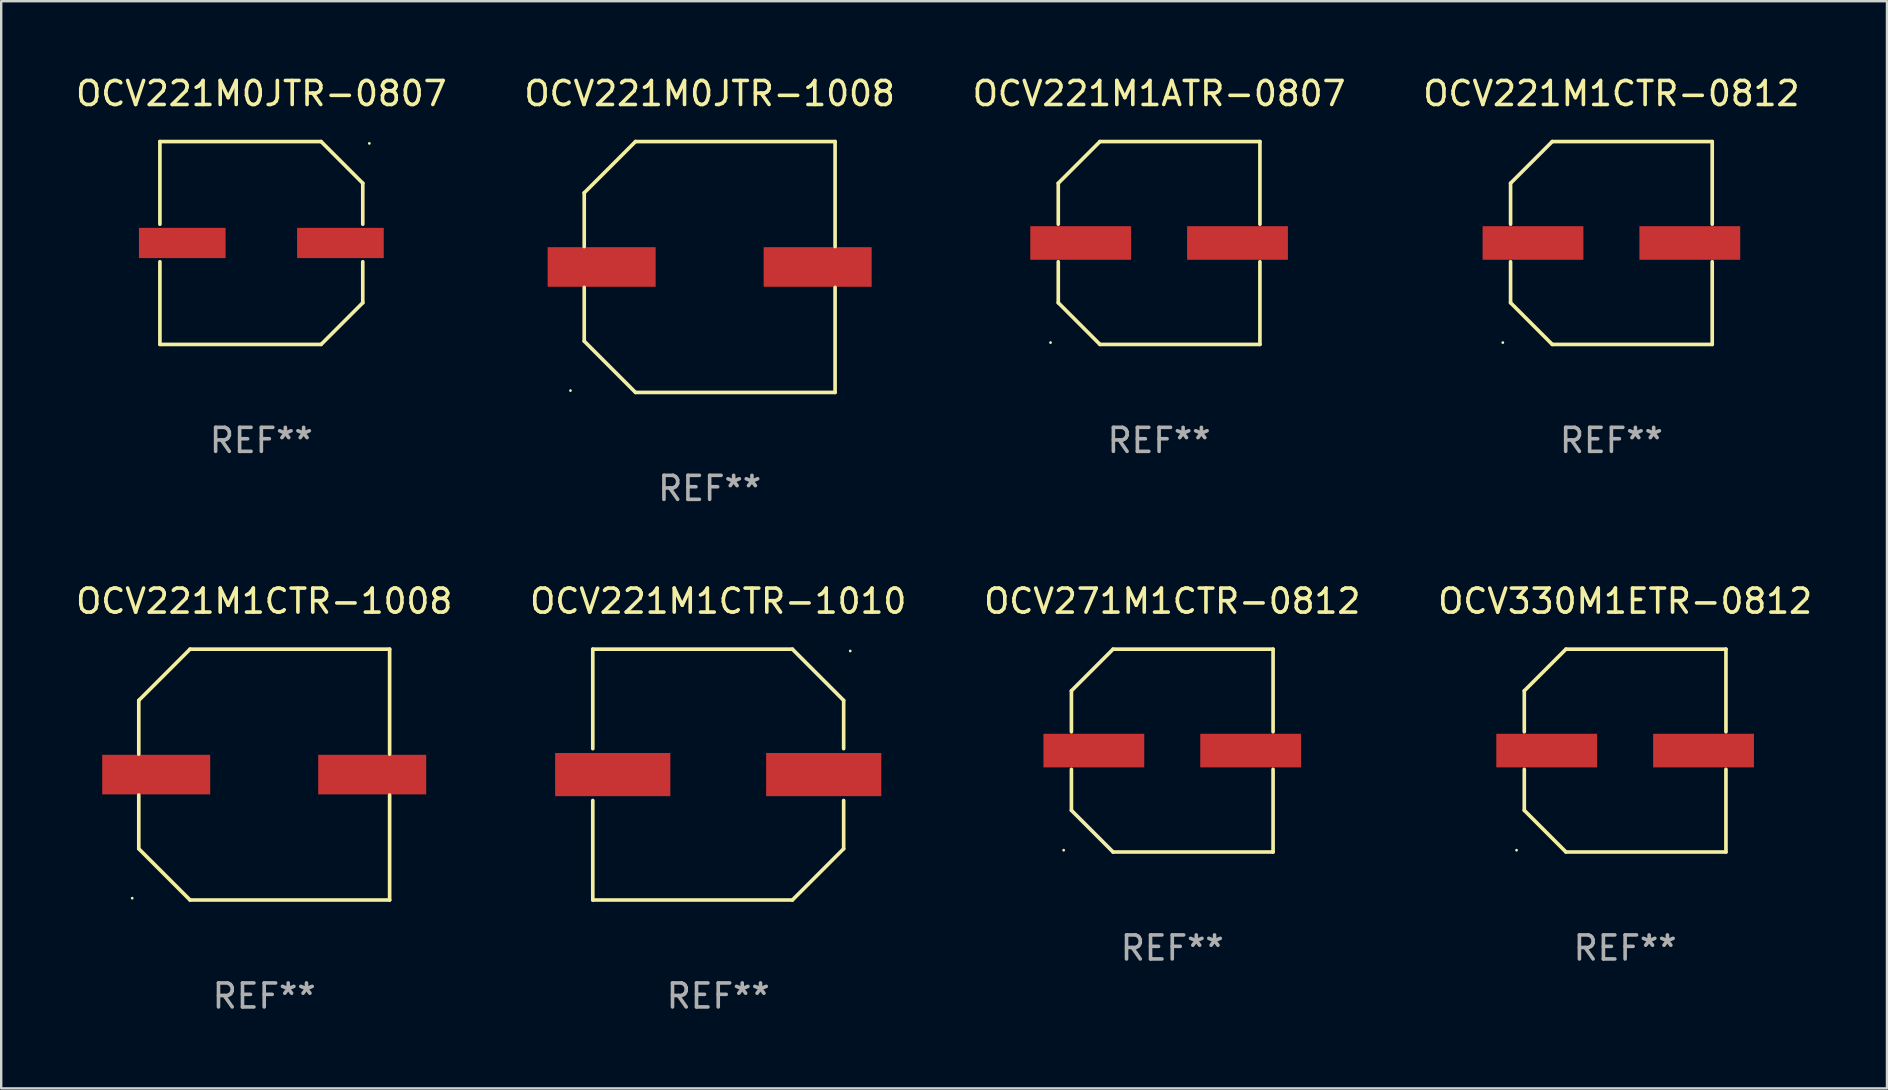
<source format=kicad_pcb>
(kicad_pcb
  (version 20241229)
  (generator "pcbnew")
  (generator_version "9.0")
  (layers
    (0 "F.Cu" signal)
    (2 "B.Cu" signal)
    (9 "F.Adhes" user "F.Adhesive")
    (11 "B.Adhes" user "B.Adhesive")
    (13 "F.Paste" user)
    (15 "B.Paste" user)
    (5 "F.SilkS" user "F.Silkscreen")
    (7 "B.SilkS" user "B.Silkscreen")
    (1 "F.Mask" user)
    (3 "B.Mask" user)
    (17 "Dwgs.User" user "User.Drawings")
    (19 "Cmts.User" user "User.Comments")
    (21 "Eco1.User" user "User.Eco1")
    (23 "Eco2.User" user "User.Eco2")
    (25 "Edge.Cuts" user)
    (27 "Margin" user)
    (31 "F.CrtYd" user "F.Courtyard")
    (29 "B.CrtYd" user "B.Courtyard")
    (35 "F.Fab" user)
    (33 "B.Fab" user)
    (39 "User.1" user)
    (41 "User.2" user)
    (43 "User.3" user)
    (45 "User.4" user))
  (footprint "OCV330M1ETR-0812"
    (layer "F.Cu")
    (at 64.661 28.223)
    (property "Reference" "OCV330M1ETR-0812" (at 0 -6.226 0) (layer "F.SilkS") (effects (font (size 1 1) (thickness 0.15))))
    (attr through_hole)
    (fp_line (start -4.201 -2.49) (end -4.201 -0.782) (stroke (width 0.152) (type solid)) (layer "F.SilkS"))
    (fp_line (start -4.201 2.49) (end -4.201 0.782) (stroke (width 0.152) (type solid)) (layer "F.SilkS"))
    (fp_line (start -2.465 -4.226) (end -4.201 -2.49) (stroke (width 0.152) (type solid)) (layer "F.SilkS"))
    (fp_line (start -2.465 4.226) (end -4.201 2.49) (stroke (width 0.152) (type solid)) (layer "F.SilkS"))
    (fp_line (start 4.201 -4.226) (end -2.465 -4.226) (stroke (width 0.152) (type solid)) (layer "F.SilkS"))
    (fp_line (start 4.201 -0.782) (end 4.201 -4.226) (stroke (width 0.152) (type solid)) (layer "F.SilkS"))
    (fp_line (start 4.201 0.782) (end 4.201 4.226) (stroke (width 0.152) (type solid)) (layer "F.SilkS"))
    (fp_line (start 4.201 4.226) (end -2.465 4.226) (stroke (width 0.152) (type solid)) (layer "F.SilkS"))
    (fp_circle (center -4.524 4.15) (end -4.494 4.15) (stroke (width 0.06) (type solid)) (fill no) (layer "F.SilkS"))
    (fp_text user "REF**" (at 0 8.226 0) (layer "F.Fab") (effects (font (size 1 1) (thickness 0.15))))
    (pad "1" smd rect (at -3.267 0) (size 4.2 1.4) (layers "F.Cu" "F.Mask" "F.Paste"))
    (pad "2" smd rect (at 3.267 0) (size 4.2 1.4) (layers "F.Cu" "F.Mask" "F.Paste")))
  (footprint "OCV221M1CTR-0812"
    (layer "F.Cu")
    (at 64.089 7.074)
    (property "Reference" "OCV221M1CTR-0812" (at 0 -6.226 0) (layer "F.SilkS") (effects (font (size 1 1) (thickness 0.15))))
    (attr through_hole)
    (fp_line (start -4.201 -2.49) (end -4.201 -0.782) (stroke (width 0.152) (type solid)) (layer "F.SilkS"))
    (fp_line (start -4.201 2.49) (end -4.201 0.782) (stroke (width 0.152) (type solid)) (layer "F.SilkS"))
    (fp_line (start -2.465 -4.226) (end -4.201 -2.49) (stroke (width 0.152) (type solid)) (layer "F.SilkS"))
    (fp_line (start -2.465 4.226) (end -4.201 2.49) (stroke (width 0.152) (type solid)) (layer "F.SilkS"))
    (fp_line (start 4.201 -4.226) (end -2.465 -4.226) (stroke (width 0.152) (type solid)) (layer "F.SilkS"))
    (fp_line (start 4.201 -0.782) (end 4.201 -4.226) (stroke (width 0.152) (type solid)) (layer "F.SilkS"))
    (fp_line (start 4.201 0.782) (end 4.201 4.226) (stroke (width 0.152) (type solid)) (layer "F.SilkS"))
    (fp_line (start 4.201 4.226) (end -2.465 4.226) (stroke (width 0.152) (type solid)) (layer "F.SilkS"))
    (fp_circle (center -4.524 4.15) (end -4.494 4.15) (stroke (width 0.06) (type solid)) (fill no) (layer "F.SilkS"))
    (fp_text user "REF**" (at 0 8.226 0) (layer "F.Fab") (effects (font (size 1 1) (thickness 0.15))))
    (pad "1" smd rect (at -3.267 0) (size 4.2 1.4) (layers "F.Cu" "F.Mask" "F.Paste"))
    (pad "2" smd rect (at 3.267 0) (size 4.2 1.4) (layers "F.Cu" "F.Mask" "F.Paste")))
  (footprint "OCV221M1ATR-0807"
    (layer "F.Cu")
    (at 45.244 7.074)
    (property "Reference" "OCV221M1ATR-0807" (at 0 -6.226 0) (layer "F.SilkS") (effects (font (size 1 1) (thickness 0.15))))
    (attr through_hole)
    (fp_line (start -4.201 -2.49) (end -4.201 -0.782) (stroke (width 0.152) (type solid)) (layer "F.SilkS"))
    (fp_line (start -4.201 2.49) (end -4.201 0.782) (stroke (width 0.152) (type solid)) (layer "F.SilkS"))
    (fp_line (start -2.465 -4.226) (end -4.201 -2.49) (stroke (width 0.152) (type solid)) (layer "F.SilkS"))
    (fp_line (start -2.465 4.226) (end -4.201 2.49) (stroke (width 0.152) (type solid)) (layer "F.SilkS"))
    (fp_line (start 4.201 -4.226) (end -2.465 -4.226) (stroke (width 0.152) (type solid)) (layer "F.SilkS"))
    (fp_line (start 4.201 -0.782) (end 4.201 -4.226) (stroke (width 0.152) (type solid)) (layer "F.SilkS"))
    (fp_line (start 4.201 0.782) (end 4.201 4.226) (stroke (width 0.152) (type solid)) (layer "F.SilkS"))
    (fp_line (start 4.201 4.226) (end -2.465 4.226) (stroke (width 0.152) (type solid)) (layer "F.SilkS"))
    (fp_circle (center -4.524 4.15) (end -4.494 4.15) (stroke (width 0.06) (type solid)) (fill no) (layer "F.SilkS"))
    (fp_text user "REF**" (at 0 8.226 0) (layer "F.Fab") (effects (font (size 1 1) (thickness 0.15))))
    (pad "1" smd rect (at -3.267 0) (size 4.2 1.4) (layers "F.Cu" "F.Mask" "F.Paste"))
    (pad "2" smd rect (at 3.267 0) (size 4.2 1.4) (layers "F.Cu" "F.Mask" "F.Paste")))
  (footprint "OCV221M0JTR-1008"
    (layer "F.Cu")
    (at 26.518 8.074)
    (property "Reference" "OCV221M0JTR-1008" (at 0 -7.226 0) (layer "F.SilkS") (effects (font (size 1 1) (thickness 0.15))))
    (attr through_hole)
    (fp_line (start -5.226 -3.09) (end -5.226 -0.852) (stroke (width 0.152) (type solid)) (layer "F.SilkS"))
    (fp_line (start -5.226 3.09) (end -5.226 0.852) (stroke (width 0.152) (type solid)) (layer "F.SilkS"))
    (fp_line (start -3.09 -5.226) (end -5.226 -3.09) (stroke (width 0.152) (type solid)) (layer "F.SilkS"))
    (fp_line (start -3.09 5.226) (end -5.226 3.09) (stroke (width 0.152) (type solid)) (layer "F.SilkS"))
    (fp_line (start 5.226 -5.226) (end -3.09 -5.226) (stroke (width 0.152) (type solid)) (layer "F.SilkS"))
    (fp_line (start 5.226 -0.852) (end 5.226 -5.226) (stroke (width 0.152) (type solid)) (layer "F.SilkS"))
    (fp_line (start 5.226 0.852) (end 5.226 5.226) (stroke (width 0.152) (type solid)) (layer "F.SilkS"))
    (fp_line (start 5.226 5.226) (end -3.09 5.226) (stroke (width 0.152) (type solid)) (layer "F.SilkS"))
    (fp_circle (center -5.8 5.15) (end -5.77 5.15) (stroke (width 0.06) (type solid)) (fill no) (layer "F.SilkS"))
    (fp_text user "REF**" (at 0 9.226 0) (layer "F.Fab") (effects (font (size 1 1) (thickness 0.15))))
    (pad "1" smd rect (at -4.5 0) (size 4.5 1.65) (layers "F.Cu" "F.Mask" "F.Paste"))
    (pad "2" smd rect (at 4.5 0) (size 4.5 1.65) (layers "F.Cu" "F.Mask" "F.Paste")))
  (footprint "OCV221M1CTR-1008"
    (layer "F.Cu")
    (at 7.958 29.223)
    (property "Reference" "OCV221M1CTR-1008" (at 0 -7.226 0) (layer "F.SilkS") (effects (font (size 1 1) (thickness 0.15))))
    (attr through_hole)
    (fp_line (start -5.226 -3.09) (end -5.226 -0.852) (stroke (width 0.152) (type solid)) (layer "F.SilkS"))
    (fp_line (start -5.226 3.09) (end -5.226 0.852) (stroke (width 0.152) (type solid)) (layer "F.SilkS"))
    (fp_line (start -3.09 -5.226) (end -5.226 -3.09) (stroke (width 0.152) (type solid)) (layer "F.SilkS"))
    (fp_line (start -3.09 5.226) (end -5.226 3.09) (stroke (width 0.152) (type solid)) (layer "F.SilkS"))
    (fp_line (start 5.226 -5.226) (end -3.09 -5.226) (stroke (width 0.152) (type solid)) (layer "F.SilkS"))
    (fp_line (start 5.226 -0.852) (end 5.226 -5.226) (stroke (width 0.152) (type solid)) (layer "F.SilkS"))
    (fp_line (start 5.226 0.852) (end 5.226 5.226) (stroke (width 0.152) (type solid)) (layer "F.SilkS"))
    (fp_line (start 5.226 5.226) (end -3.09 5.226) (stroke (width 0.152) (type solid)) (layer "F.SilkS"))
    (fp_circle (center -5.5 5.15) (end -5.47 5.15) (stroke (width 0.06) (type solid)) (fill no) (layer "F.SilkS"))
    (fp_text user "REF**" (at 0 9.226 0) (layer "F.Fab") (effects (font (size 1 1) (thickness 0.15))))
    (pad "1" smd rect (at -4.5 -0.000025) (size 4.5 1.65) (layers "F.Cu" "F.Mask" "F.Paste"))
    (pad "2" smd rect (at 4.5 -0.000025) (size 4.5 1.65) (layers "F.Cu" "F.Mask" "F.Paste")))
  (footprint "OCV221M0JTR-0807"
    (layer "F.Cu")
    (at 7.839 7.074)
    (property "Reference" "OCV221M0JTR-0807" (at 0 -6.226 0) (layer "F.SilkS") (effects (font (size 1 1) (thickness 0.15))))
    (attr through_hole)
    (fp_line (start -4.226 -4.226) (end 2.49 -4.226) (stroke (width 0.152) (type solid)) (layer "F.SilkS"))
    (fp_line (start -4.226 -0.782) (end -4.226 -4.226) (stroke (width 0.152) (type solid)) (layer "F.SilkS"))
    (fp_line (start -4.226 0.782) (end -4.226 4.226) (stroke (width 0.152) (type solid)) (layer "F.SilkS"))
    (fp_line (start -4.226 4.226) (end 2.49 4.226) (stroke (width 0.152) (type solid)) (layer "F.SilkS"))
    (fp_line (start 2.49 -4.226) (end 4.226 -2.49) (stroke (width 0.152) (type solid)) (layer "F.SilkS"))
    (fp_line (start 2.49 4.226) (end 4.226 2.49) (stroke (width 0.152) (type solid)) (layer "F.SilkS"))
    (fp_line (start 4.226 -2.49) (end 4.226 -0.782) (stroke (width 0.152) (type solid)) (layer "F.SilkS"))
    (fp_line (start 4.226 2.49) (end 4.226 0.782) (stroke (width 0.152) (type solid)) (layer "F.SilkS"))
    (fp_circle (center 4.5 -4.15) (end 4.53 -4.15) (stroke (width 0.06) (type solid)) (fill no) (layer "F.SilkS"))
    (fp_text user "REF**" (at 0 8.226 0) (layer "F.Fab") (effects (font (size 1 1) (thickness 0.15))))
    (pad "1" smd rect (at 3.295 0 180) (size 3.61 1.26) (layers "F.Cu" "F.Mask" "F.Paste"))
    (pad "2" smd rect (at -3.295 0 180) (size 3.61 1.26) (layers "F.Cu" "F.Mask" "F.Paste")))
  (footprint "OCV221M1CTR-1010"
    (layer "F.Cu")
    (at 26.875 29.223)
    (property "Reference" "OCV221M1CTR-1010" (at 0 -7.226 0) (layer "F.SilkS") (effects (font (size 1 1) (thickness 0.15))))
    (attr through_hole)
    (fp_line (start -5.226 -5.226) (end -5.226 -1.08) (stroke (width 0.152) (type solid)) (layer "F.SilkS"))
    (fp_line (start -5.226 -5.226) (end 3.09 -5.226) (stroke (width 0.152) (type solid)) (layer "F.SilkS"))
    (fp_line (start -5.226 1.08) (end -5.226 5.226) (stroke (width 0.152) (type solid)) (layer "F.SilkS"))
    (fp_line (start -5.226 5.226) (end 3.09 5.226) (stroke (width 0.152) (type solid)) (layer "F.SilkS"))
    (fp_line (start 3.09 -5.226) (end 5.226 -3.09) (stroke (width 0.152) (type solid)) (layer "F.SilkS"))
    (fp_line (start 3.09 5.226) (end 5.226 3.09) (stroke (width 0.152) (type solid)) (layer "F.SilkS"))
    (fp_line (start 5.226 -1.08) (end 5.226 -3.09) (stroke (width 0.152) (type solid)) (layer "F.SilkS"))
    (fp_line (start 5.226 3.09) (end 5.226 1.08) (stroke (width 0.152) (type solid)) (layer "F.SilkS"))
    (fp_circle (center 5.5 -5.15) (end 5.53 -5.15) (stroke (width 0.06) (type solid)) (fill no) (layer "F.SilkS"))
    (fp_text user "REF**" (at 0 9.226 0) (layer "F.Fab") (effects (font (size 1 1) (thickness 0.15))))
    (pad "1" smd rect (at 4.395 0 180) (size 4.8 1.8) (layers "F.Cu" "F.Mask" "F.Paste"))
    (pad "2" smd rect (at -4.395 0 180) (size 4.8 1.8) (layers "F.Cu" "F.Mask" "F.Paste")))
  (footprint "OCV271M1CTR-0812"
    (layer "F.Cu")
    (at 45.792 28.223)
    (property "Reference" "OCV271M1CTR-0812" (at 0 -6.226 0) (layer "F.SilkS") (effects (font (size 1 1) (thickness 0.15))))
    (attr through_hole)
    (fp_line (start -4.201 -2.49) (end -4.201 -0.782) (stroke (width 0.152) (type solid)) (layer "F.SilkS"))
    (fp_line (start -4.201 2.49) (end -4.201 0.782) (stroke (width 0.152) (type solid)) (layer "F.SilkS"))
    (fp_line (start -2.465 -4.226) (end -4.201 -2.49) (stroke (width 0.152) (type solid)) (layer "F.SilkS"))
    (fp_line (start -2.465 4.226) (end -4.201 2.49) (stroke (width 0.152) (type solid)) (layer "F.SilkS"))
    (fp_line (start 4.201 -4.226) (end -2.465 -4.226) (stroke (width 0.152) (type solid)) (layer "F.SilkS"))
    (fp_line (start 4.201 -0.782) (end 4.201 -4.226) (stroke (width 0.152) (type solid)) (layer "F.SilkS"))
    (fp_line (start 4.201 0.782) (end 4.201 4.226) (stroke (width 0.152) (type solid)) (layer "F.SilkS"))
    (fp_line (start 4.201 4.226) (end -2.465 4.226) (stroke (width 0.152) (type solid)) (layer "F.SilkS"))
    (fp_circle (center -4.524 4.15) (end -4.494 4.15) (stroke (width 0.06) (type solid)) (fill no) (layer "F.SilkS"))
    (fp_text user "REF**" (at 0 8.226 0) (layer "F.Fab") (effects (font (size 1 1) (thickness 0.15))))
    (pad "1" smd rect (at -3.267 0) (size 4.2 1.4) (layers "F.Cu" "F.Mask" "F.Paste"))
    (pad "2" smd rect (at 3.267 0) (size 4.2 1.4) (layers "F.Cu" "F.Mask" "F.Paste")))
  (gr_rect
    (start -3 -3)
    (end 75.571 42.298)
    (stroke (width 0.1) (type default))
    (fill no)
    (layer "Edge.Cuts")))
</source>
